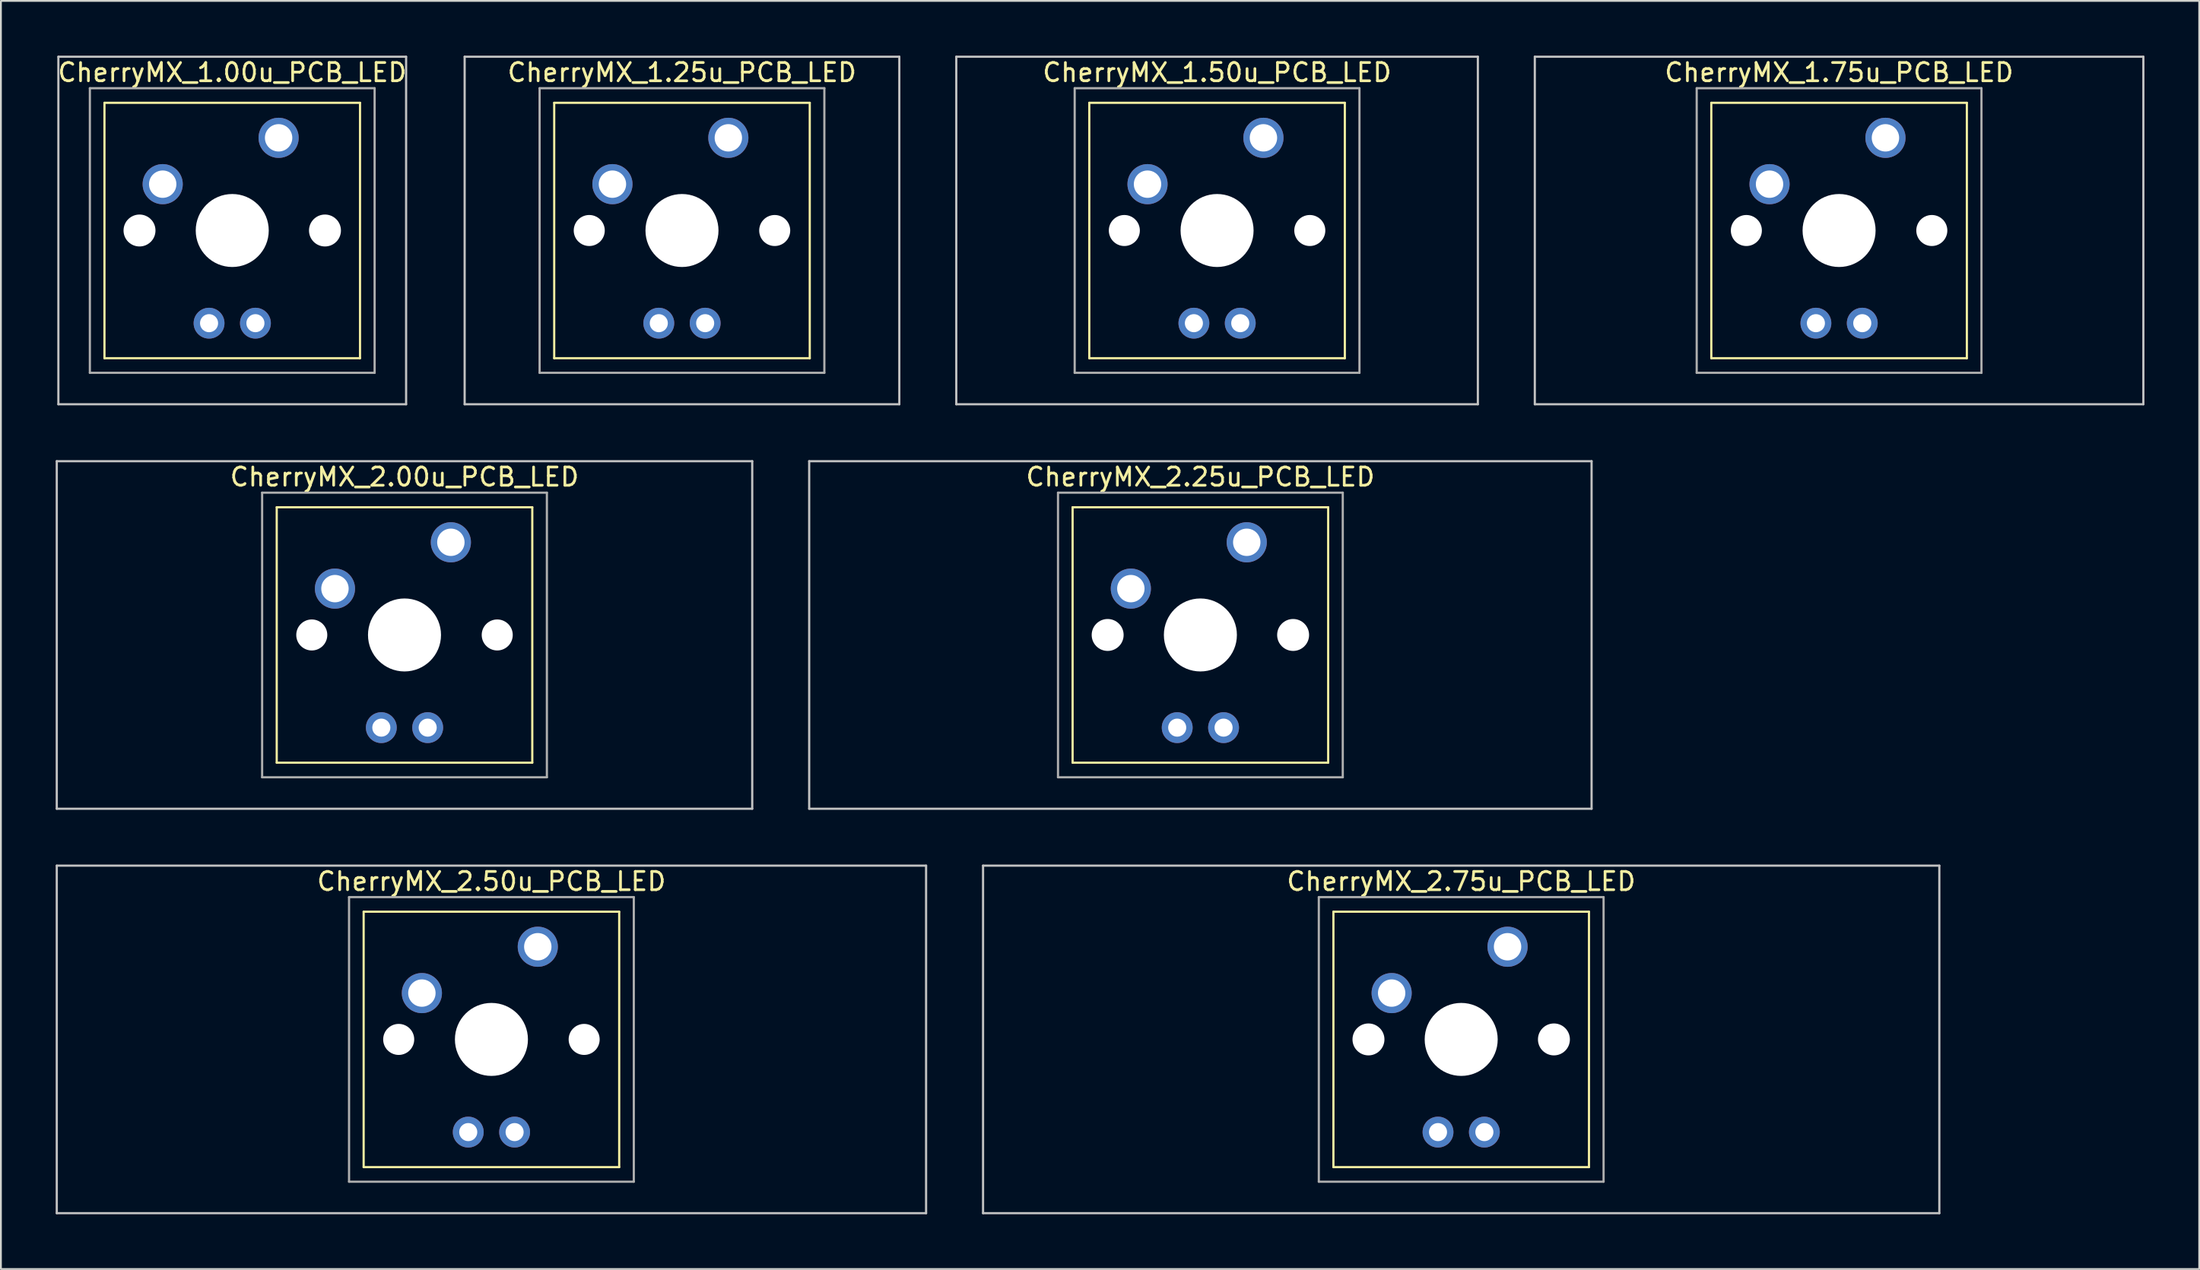
<source format=kicad_pcb>
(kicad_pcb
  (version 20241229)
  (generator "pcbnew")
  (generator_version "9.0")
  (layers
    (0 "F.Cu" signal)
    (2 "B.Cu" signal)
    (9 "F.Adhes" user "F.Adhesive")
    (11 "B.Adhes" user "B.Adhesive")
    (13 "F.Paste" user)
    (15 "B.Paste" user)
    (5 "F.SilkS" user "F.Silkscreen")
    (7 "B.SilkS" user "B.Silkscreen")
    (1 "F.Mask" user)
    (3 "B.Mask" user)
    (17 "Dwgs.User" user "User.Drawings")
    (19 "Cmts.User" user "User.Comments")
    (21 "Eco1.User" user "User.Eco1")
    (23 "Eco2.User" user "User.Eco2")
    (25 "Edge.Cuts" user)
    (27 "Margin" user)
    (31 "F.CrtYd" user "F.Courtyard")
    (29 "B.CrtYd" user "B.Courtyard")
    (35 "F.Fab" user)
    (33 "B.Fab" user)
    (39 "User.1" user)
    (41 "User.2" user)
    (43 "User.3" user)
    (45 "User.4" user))
  (footprint "CherryMX_1.75u_PCB_LED"
    (layer "F.Cu")
    (at 97.701 9.585)
    (property "Reference" "CherryMX_1.75u_PCB_LED" (at 0 -8.662 0) (layer "F.SilkS") (effects (font (size 1 1) (thickness 0.15))))
    (attr through_hole)
    (fp_line (start -7 -7) (end -7 7) (stroke (width 0.12) (type solid)) (layer "F.SilkS"))
    (fp_line (start -7 -7) (end 7 -7) (stroke (width 0.12) (type solid)) (layer "F.SilkS"))
    (fp_line (start 7 -7) (end 7 7) (stroke (width 0.12) (type solid)) (layer "F.SilkS"))
    (fp_line (start 7 7) (end -7 7) (stroke (width 0.12) (type solid)) (layer "F.SilkS"))
    (fp_line (start -16.669 -9.525) (end 16.669 -9.525) (stroke (width 0.12) (type solid)) (layer "Dwgs.User"))
    (fp_line (start -16.669 9.525) (end -16.669 -9.525) (stroke (width 0.12) (type solid)) (layer "Dwgs.User"))
    (fp_line (start 16.669 -9.525) (end 16.669 9.525) (stroke (width 0.12) (type solid)) (layer "Dwgs.User"))
    (fp_line (start 16.669 9.525) (end -16.669 9.525) (stroke (width 0.12) (type solid)) (layer "Dwgs.User"))
    (fp_line (start -7.8 -7.8) (end -7.8 7.8) (stroke (width 0.12) (type solid)) (layer "F.Fab"))
    (fp_line (start -7.8 -7.8) (end 7.8 -7.8) (stroke (width 0.12) (type solid)) (layer "F.Fab"))
    (fp_line (start -7.8 7.8) (end 7.8 7.8) (stroke (width 0.12) (type solid)) (layer "F.Fab"))
    (fp_line (start 7.8 -7.8) (end 7.8 7.8) (stroke (width 0.12) (type solid)) (layer "F.Fab"))
    (pad "" np_thru_hole circle (at -5.08 0) (size 1.7 1.7) (drill 1.7) (layers "*.Cu" "*.Mask"))
    (pad "" np_thru_hole circle (at 0 0) (size 4 4) (drill 4) (layers "*.Cu" "*.Mask"))
    (pad "" np_thru_hole circle (at 5.08 0) (size 1.7 1.7) (drill 1.7) (layers "*.Cu" "*.Mask"))
    (pad "1" thru_hole circle (at -3.81 -2.54) (size 2.2 2.2) (drill 1.5) (layers "*.Cu" "*.Mask"))
    (pad "2" thru_hole circle (at 2.54 -5.08) (size 2.2 2.2) (drill 1.5) (layers "*.Cu" "*.Mask"))
    (pad "3" thru_hole circle (at -1.27 5.08) (size 1.691 1.691) (drill 0.991) (layers "*.Cu" "*.Mask"))
    (pad "4" thru_hole circle (at 1.27 5.08) (size 1.691 1.691) (drill 0.991) (layers "*.Cu" "*.Mask")))
  (footprint "CherryMX_1.00u_PCB_LED"
    (layer "F.Cu")
    (at 9.673 9.585)
    (property "Reference" "CherryMX_1.00u_PCB_LED" (at 0 -8.662 0) (layer "F.SilkS") (effects (font (size 1 1) (thickness 0.15))))
    (attr through_hole)
    (fp_line (start -7 -7) (end -7 7) (stroke (width 0.12) (type solid)) (layer "F.SilkS"))
    (fp_line (start -7 -7) (end 7 -7) (stroke (width 0.12) (type solid)) (layer "F.SilkS"))
    (fp_line (start 7 -7) (end 7 7) (stroke (width 0.12) (type solid)) (layer "F.SilkS"))
    (fp_line (start 7 7) (end -7 7) (stroke (width 0.12) (type solid)) (layer "F.SilkS"))
    (fp_line (start -9.525 -9.525) (end 9.525 -9.525) (stroke (width 0.12) (type solid)) (layer "Dwgs.User"))
    (fp_line (start -9.525 9.525) (end -9.525 -9.525) (stroke (width 0.12) (type solid)) (layer "Dwgs.User"))
    (fp_line (start 9.525 -9.525) (end 9.525 9.525) (stroke (width 0.12) (type solid)) (layer "Dwgs.User"))
    (fp_line (start 9.525 9.525) (end -9.525 9.525) (stroke (width 0.12) (type solid)) (layer "Dwgs.User"))
    (fp_line (start -7.8 -7.8) (end -7.8 7.8) (stroke (width 0.12) (type solid)) (layer "F.Fab"))
    (fp_line (start -7.8 -7.8) (end 7.8 -7.8) (stroke (width 0.12) (type solid)) (layer "F.Fab"))
    (fp_line (start -7.8 7.8) (end 7.8 7.8) (stroke (width 0.12) (type solid)) (layer "F.Fab"))
    (fp_line (start 7.8 -7.8) (end 7.8 7.8) (stroke (width 0.12) (type solid)) (layer "F.Fab"))
    (pad "" np_thru_hole circle (at -5.08 0) (size 1.75 1.75) (drill 1.75) (layers "*.Cu" "*.Mask"))
    (pad "" np_thru_hole circle (at 0 0) (size 4 4) (drill 4) (layers "*.Cu" "*.Mask"))
    (pad "" np_thru_hole circle (at 5.08 0) (size 1.75 1.75) (drill 1.75) (layers "*.Cu" "*.Mask"))
    (pad "1" thru_hole circle (at -3.81 -2.54) (size 2.2 2.2) (drill 1.5) (layers "*.Cu" "*.Mask"))
    (pad "2" thru_hole circle (at 2.54 -5.08) (size 2.2 2.2) (drill 1.5) (layers "*.Cu" "*.Mask"))
    (pad "3" thru_hole circle (at -1.27 5.08) (size 1.691 1.691) (drill 0.991) (layers "*.Cu" "*.Mask"))
    (pad "4" thru_hole circle (at 1.27 5.08) (size 1.691 1.691) (drill 0.991) (layers "*.Cu" "*.Mask")))
  (footprint "CherryMX_1.50u_PCB_LED"
    (layer "F.Cu")
    (at 63.625 9.585)
    (property "Reference" "CherryMX_1.50u_PCB_LED" (at 0 -8.662 0) (layer "F.SilkS") (effects (font (size 1 1) (thickness 0.15))))
    (attr through_hole)
    (fp_line (start -7 -7) (end -7 7) (stroke (width 0.12) (type solid)) (layer "F.SilkS"))
    (fp_line (start -7 -7) (end 7 -7) (stroke (width 0.12) (type solid)) (layer "F.SilkS"))
    (fp_line (start 7 -7) (end 7 7) (stroke (width 0.12) (type solid)) (layer "F.SilkS"))
    (fp_line (start 7 7) (end -7 7) (stroke (width 0.12) (type solid)) (layer "F.SilkS"))
    (fp_line (start -14.287 -9.525) (end 14.287 -9.525) (stroke (width 0.12) (type solid)) (layer "Dwgs.User"))
    (fp_line (start -14.287 9.525) (end -14.287 -9.525) (stroke (width 0.12) (type solid)) (layer "Dwgs.User"))
    (fp_line (start 14.287 -9.525) (end 14.287 9.525) (stroke (width 0.12) (type solid)) (layer "Dwgs.User"))
    (fp_line (start 14.287 9.525) (end -14.287 9.525) (stroke (width 0.12) (type solid)) (layer "Dwgs.User"))
    (fp_line (start -7.8 -7.8) (end -7.8 7.8) (stroke (width 0.12) (type solid)) (layer "F.Fab"))
    (fp_line (start -7.8 -7.8) (end 7.8 -7.8) (stroke (width 0.12) (type solid)) (layer "F.Fab"))
    (fp_line (start -7.8 7.8) (end 7.8 7.8) (stroke (width 0.12) (type solid)) (layer "F.Fab"))
    (fp_line (start 7.8 -7.8) (end 7.8 7.8) (stroke (width 0.12) (type solid)) (layer "F.Fab"))
    (pad "" np_thru_hole circle (at -5.08 0) (size 1.7 1.7) (drill 1.7) (layers "*.Cu" "*.Mask"))
    (pad "" np_thru_hole circle (at 0 0) (size 4 4) (drill 4) (layers "*.Cu" "*.Mask"))
    (pad "" np_thru_hole circle (at 5.08 0) (size 1.7 1.7) (drill 1.7) (layers "*.Cu" "*.Mask"))
    (pad "1" thru_hole circle (at -3.81 -2.54) (size 2.2 2.2) (drill 1.5) (layers "*.Cu" "*.Mask"))
    (pad "2" thru_hole circle (at 2.54 -5.08) (size 2.2 2.2) (drill 1.5) (layers "*.Cu" "*.Mask"))
    (pad "3" thru_hole circle (at -1.27 5.08) (size 1.691 1.691) (drill 0.991) (layers "*.Cu" "*.Mask"))
    (pad "4" thru_hole circle (at 1.27 5.08) (size 1.691 1.691) (drill 0.991) (layers "*.Cu" "*.Mask")))
  (footprint "CherryMX_1.25u_PCB_LED"
    (layer "F.Cu")
    (at 34.311 9.585)
    (property "Reference" "CherryMX_1.25u_PCB_LED" (at 0 -8.662 0) (layer "F.SilkS") (effects (font (size 1 1) (thickness 0.15))))
    (attr through_hole)
    (fp_line (start -7 -7) (end -7 7) (stroke (width 0.12) (type solid)) (layer "F.SilkS"))
    (fp_line (start -7 -7) (end 7 -7) (stroke (width 0.12) (type solid)) (layer "F.SilkS"))
    (fp_line (start 7 -7) (end 7 7) (stroke (width 0.12) (type solid)) (layer "F.SilkS"))
    (fp_line (start 7 7) (end -7 7) (stroke (width 0.12) (type solid)) (layer "F.SilkS"))
    (fp_line (start -11.906 -9.525) (end 11.906 -9.525) (stroke (width 0.12) (type solid)) (layer "Dwgs.User"))
    (fp_line (start -11.906 9.525) (end -11.906 -9.525) (stroke (width 0.12) (type solid)) (layer "Dwgs.User"))
    (fp_line (start 11.906 -9.525) (end 11.906 9.525) (stroke (width 0.12) (type solid)) (layer "Dwgs.User"))
    (fp_line (start 11.906 9.525) (end -11.906 9.525) (stroke (width 0.12) (type solid)) (layer "Dwgs.User"))
    (fp_line (start -7.8 -7.8) (end -7.8 7.8) (stroke (width 0.12) (type solid)) (layer "F.Fab"))
    (fp_line (start -7.8 -7.8) (end 7.8 -7.8) (stroke (width 0.12) (type solid)) (layer "F.Fab"))
    (fp_line (start -7.8 7.8) (end 7.8 7.8) (stroke (width 0.12) (type solid)) (layer "F.Fab"))
    (fp_line (start 7.8 -7.8) (end 7.8 7.8) (stroke (width 0.12) (type solid)) (layer "F.Fab"))
    (pad "" np_thru_hole circle (at -5.08 0) (size 1.7 1.7) (drill 1.7) (layers "*.Cu" "*.Mask"))
    (pad "" np_thru_hole circle (at 0 0) (size 4 4) (drill 4) (layers "*.Cu" "*.Mask"))
    (pad "" np_thru_hole circle (at 5.08 0) (size 1.7 1.7) (drill 1.7) (layers "*.Cu" "*.Mask"))
    (pad "1" thru_hole circle (at -3.81 -2.54) (size 2.2 2.2) (drill 1.5) (layers "*.Cu" "*.Mask"))
    (pad "2" thru_hole circle (at 2.54 -5.08) (size 2.2 2.2) (drill 1.5) (layers "*.Cu" "*.Mask"))
    (pad "3" thru_hole circle (at -1.27 5.08) (size 1.691 1.691) (drill 0.991) (layers "*.Cu" "*.Mask"))
    (pad "4" thru_hole circle (at 1.27 5.08) (size 1.691 1.691) (drill 0.991) (layers "*.Cu" "*.Mask")))
  (footprint "CherryMX_2.00u_PCB_LED"
    (layer "F.Cu")
    (at 19.11 31.755)
    (property "Reference" "CherryMX_2.00u_PCB_LED" (at 0 -8.662 0) (layer "F.SilkS") (effects (font (size 1 1) (thickness 0.15))))
    (attr through_hole)
    (fp_line (start -7 -7) (end -7 7) (stroke (width 0.12) (type solid)) (layer "F.SilkS"))
    (fp_line (start -7 -7) (end 7 -7) (stroke (width 0.12) (type solid)) (layer "F.SilkS"))
    (fp_line (start 7 -7) (end 7 7) (stroke (width 0.12) (type solid)) (layer "F.SilkS"))
    (fp_line (start 7 7) (end -7 7) (stroke (width 0.12) (type solid)) (layer "F.SilkS"))
    (fp_line (start -19.05 -9.525) (end 19.05 -9.525) (stroke (width 0.12) (type solid)) (layer "Dwgs.User"))
    (fp_line (start -19.05 9.525) (end -19.05 -9.525) (stroke (width 0.12) (type solid)) (layer "Dwgs.User"))
    (fp_line (start 19.05 -9.525) (end 19.05 9.525) (stroke (width 0.12) (type solid)) (layer "Dwgs.User"))
    (fp_line (start 19.05 9.525) (end -19.05 9.525) (stroke (width 0.12) (type solid)) (layer "Dwgs.User"))
    (fp_line (start -7.8 -7.8) (end -7.8 7.8) (stroke (width 0.12) (type solid)) (layer "F.Fab"))
    (fp_line (start -7.8 -7.8) (end 7.8 -7.8) (stroke (width 0.12) (type solid)) (layer "F.Fab"))
    (fp_line (start -7.8 7.8) (end 7.8 7.8) (stroke (width 0.12) (type solid)) (layer "F.Fab"))
    (fp_line (start 7.8 -7.8) (end 7.8 7.8) (stroke (width 0.12) (type solid)) (layer "F.Fab"))
    (pad "" np_thru_hole circle (at -5.08 0) (size 1.7 1.7) (drill 1.7) (layers "*.Cu" "*.Mask"))
    (pad "" np_thru_hole circle (at 0 0) (size 4 4) (drill 4) (layers "*.Cu" "*.Mask"))
    (pad "" np_thru_hole circle (at 5.08 0) (size 1.7 1.7) (drill 1.7) (layers "*.Cu" "*.Mask"))
    (pad "1" thru_hole circle (at -3.81 -2.54) (size 2.2 2.2) (drill 1.5) (layers "*.Cu" "*.Mask"))
    (pad "2" thru_hole circle (at 2.54 -5.08) (size 2.2 2.2) (drill 1.5) (layers "*.Cu" "*.Mask"))
    (pad "3" thru_hole circle (at -1.27 5.08) (size 1.691 1.691) (drill 0.991) (layers "*.Cu" "*.Mask"))
    (pad "4" thru_hole circle (at 1.27 5.08) (size 1.691 1.691) (drill 0.991) (layers "*.Cu" "*.Mask")))
  (footprint "CherryMX_2.50u_PCB_LED"
    (layer "F.Cu")
    (at 23.872 53.925)
    (property "Reference" "CherryMX_2.50u_PCB_LED" (at 0 -8.662 0) (layer "F.SilkS") (effects (font (size 1 1) (thickness 0.15))))
    (attr through_hole)
    (fp_line (start -7 -7) (end -7 7) (stroke (width 0.12) (type solid)) (layer "F.SilkS"))
    (fp_line (start -7 -7) (end 7 -7) (stroke (width 0.12) (type solid)) (layer "F.SilkS"))
    (fp_line (start 7 -7) (end 7 7) (stroke (width 0.12) (type solid)) (layer "F.SilkS"))
    (fp_line (start 7 7) (end -7 7) (stroke (width 0.12) (type solid)) (layer "F.SilkS"))
    (fp_line (start -23.812 -9.525) (end 23.812 -9.525) (stroke (width 0.12) (type solid)) (layer "Dwgs.User"))
    (fp_line (start -23.812 9.525) (end -23.812 -9.525) (stroke (width 0.12) (type solid)) (layer "Dwgs.User"))
    (fp_line (start 23.812 -9.525) (end 23.812 9.525) (stroke (width 0.12) (type solid)) (layer "Dwgs.User"))
    (fp_line (start 23.812 9.525) (end -23.812 9.525) (stroke (width 0.12) (type solid)) (layer "Dwgs.User"))
    (fp_line (start -7.8 -7.8) (end -7.8 7.8) (stroke (width 0.12) (type solid)) (layer "F.Fab"))
    (fp_line (start -7.8 -7.8) (end 7.8 -7.8) (stroke (width 0.12) (type solid)) (layer "F.Fab"))
    (fp_line (start -7.8 7.8) (end 7.8 7.8) (stroke (width 0.12) (type solid)) (layer "F.Fab"))
    (fp_line (start 7.8 -7.8) (end 7.8 7.8) (stroke (width 0.12) (type solid)) (layer "F.Fab"))
    (pad "" np_thru_hole circle (at -5.08 0) (size 1.7 1.7) (drill 1.7) (layers "*.Cu" "*.Mask"))
    (pad "" np_thru_hole circle (at 0 0) (size 4 4) (drill 4) (layers "*.Cu" "*.Mask"))
    (pad "" np_thru_hole circle (at 5.08 0) (size 1.7 1.7) (drill 1.7) (layers "*.Cu" "*.Mask"))
    (pad "1" thru_hole circle (at -3.81 -2.54) (size 2.2 2.2) (drill 1.5) (layers "*.Cu" "*.Mask"))
    (pad "2" thru_hole circle (at 2.54 -5.08) (size 2.2 2.2) (drill 1.5) (layers "*.Cu" "*.Mask"))
    (pad "3" thru_hole circle (at -1.27 5.08) (size 1.691 1.691) (drill 0.991) (layers "*.Cu" "*.Mask"))
    (pad "4" thru_hole circle (at 1.27 5.08) (size 1.691 1.691) (drill 0.991) (layers "*.Cu" "*.Mask")))
  (footprint "CherryMX_2.25u_PCB_LED"
    (layer "F.Cu")
    (at 62.711 31.755)
    (property "Reference" "CherryMX_2.25u_PCB_LED" (at 0 -8.662 0) (layer "F.SilkS") (effects (font (size 1 1) (thickness 0.15))))
    (attr through_hole)
    (fp_line (start -7 -7) (end -7 7) (stroke (width 0.12) (type solid)) (layer "F.SilkS"))
    (fp_line (start -7 -7) (end 7 -7) (stroke (width 0.12) (type solid)) (layer "F.SilkS"))
    (fp_line (start 7 -7) (end 7 7) (stroke (width 0.12) (type solid)) (layer "F.SilkS"))
    (fp_line (start 7 7) (end -7 7) (stroke (width 0.12) (type solid)) (layer "F.SilkS"))
    (fp_line (start -21.431 -9.525) (end 21.431 -9.525) (stroke (width 0.12) (type solid)) (layer "Dwgs.User"))
    (fp_line (start -21.431 9.525) (end -21.431 -9.525) (stroke (width 0.12) (type solid)) (layer "Dwgs.User"))
    (fp_line (start 21.431 -9.525) (end 21.431 9.525) (stroke (width 0.12) (type solid)) (layer "Dwgs.User"))
    (fp_line (start 21.431 9.525) (end -21.431 9.525) (stroke (width 0.12) (type solid)) (layer "Dwgs.User"))
    (fp_line (start -7.8 -7.8) (end -7.8 7.8) (stroke (width 0.12) (type solid)) (layer "F.Fab"))
    (fp_line (start -7.8 -7.8) (end 7.8 -7.8) (stroke (width 0.12) (type solid)) (layer "F.Fab"))
    (fp_line (start -7.8 7.8) (end 7.8 7.8) (stroke (width 0.12) (type solid)) (layer "F.Fab"))
    (fp_line (start 7.8 -7.8) (end 7.8 7.8) (stroke (width 0.12) (type solid)) (layer "F.Fab"))
    (pad "" np_thru_hole circle (at -5.08 0) (size 1.75 1.75) (drill 1.75) (layers "*.Cu" "*.Mask"))
    (pad "" np_thru_hole circle (at 0 0) (size 4 4) (drill 4) (layers "*.Cu" "*.Mask"))
    (pad "" np_thru_hole circle (at 5.08 0) (size 1.75 1.75) (drill 1.75) (layers "*.Cu" "*.Mask"))
    (pad "1" thru_hole circle (at -3.81 -2.54) (size 2.2 2.2) (drill 1.5) (layers "*.Cu" "*.Mask"))
    (pad "2" thru_hole circle (at 2.54 -5.08) (size 2.2 2.2) (drill 1.5) (layers "*.Cu" "*.Mask"))
    (pad "3" thru_hole circle (at -1.27 5.08) (size 1.691 1.691) (drill 0.991) (layers "*.Cu" "*.Mask"))
    (pad "4" thru_hole circle (at 1.27 5.08) (size 1.691 1.691) (drill 0.991) (layers "*.Cu" "*.Mask")))
  (footprint "CherryMX_2.75u_PCB_LED"
    (layer "F.Cu")
    (at 76.999 53.925)
    (property "Reference" "CherryMX_2.75u_PCB_LED" (at 0 -8.662 0) (layer "F.SilkS") (effects (font (size 1 1) (thickness 0.15))))
    (attr through_hole)
    (fp_line (start -7 -7) (end -7 7) (stroke (width 0.12) (type solid)) (layer "F.SilkS"))
    (fp_line (start -7 -7) (end 7 -7) (stroke (width 0.12) (type solid)) (layer "F.SilkS"))
    (fp_line (start 7 -7) (end 7 7) (stroke (width 0.12) (type solid)) (layer "F.SilkS"))
    (fp_line (start 7 7) (end -7 7) (stroke (width 0.12) (type solid)) (layer "F.SilkS"))
    (fp_line (start -26.194 -9.525) (end 26.194 -9.525) (stroke (width 0.12) (type solid)) (layer "Dwgs.User"))
    (fp_line (start -26.194 9.525) (end -26.194 -9.525) (stroke (width 0.12) (type solid)) (layer "Dwgs.User"))
    (fp_line (start 26.194 -9.525) (end 26.194 9.525) (stroke (width 0.12) (type solid)) (layer "Dwgs.User"))
    (fp_line (start 26.194 9.525) (end -26.194 9.525) (stroke (width 0.12) (type solid)) (layer "Dwgs.User"))
    (fp_line (start -7.8 -7.8) (end -7.8 7.8) (stroke (width 0.12) (type solid)) (layer "F.Fab"))
    (fp_line (start -7.8 -7.8) (end 7.8 -7.8) (stroke (width 0.12) (type solid)) (layer "F.Fab"))
    (fp_line (start -7.8 7.8) (end 7.8 7.8) (stroke (width 0.12) (type solid)) (layer "F.Fab"))
    (fp_line (start 7.8 -7.8) (end 7.8 7.8) (stroke (width 0.12) (type solid)) (layer "F.Fab"))
    (pad "" np_thru_hole circle (at -5.08 0) (size 1.75 1.75) (drill 1.75) (layers "*.Cu" "*.Mask"))
    (pad "" np_thru_hole circle (at 0 0) (size 4 4) (drill 4) (layers "*.Cu" "*.Mask"))
    (pad "" np_thru_hole circle (at 5.08 0) (size 1.75 1.75) (drill 1.75) (layers "*.Cu" "*.Mask"))
    (pad "1" thru_hole circle (at -3.81 -2.54) (size 2.2 2.2) (drill 1.5) (layers "*.Cu" "*.Mask"))
    (pad "2" thru_hole circle (at 2.54 -5.08) (size 2.2 2.2) (drill 1.5) (layers "*.Cu" "*.Mask"))
    (pad "3" thru_hole circle (at -1.27 5.08) (size 1.691 1.691) (drill 0.991) (layers "*.Cu" "*.Mask"))
    (pad "4" thru_hole circle (at 1.27 5.08) (size 1.691 1.691) (drill 0.991) (layers "*.Cu" "*.Mask")))
  (gr_rect
    (start -3 -3)
    (end 117.43 66.51)
    (stroke (width 0.1) (type default))
    (fill no)
    (layer "Edge.Cuts")))
</source>
